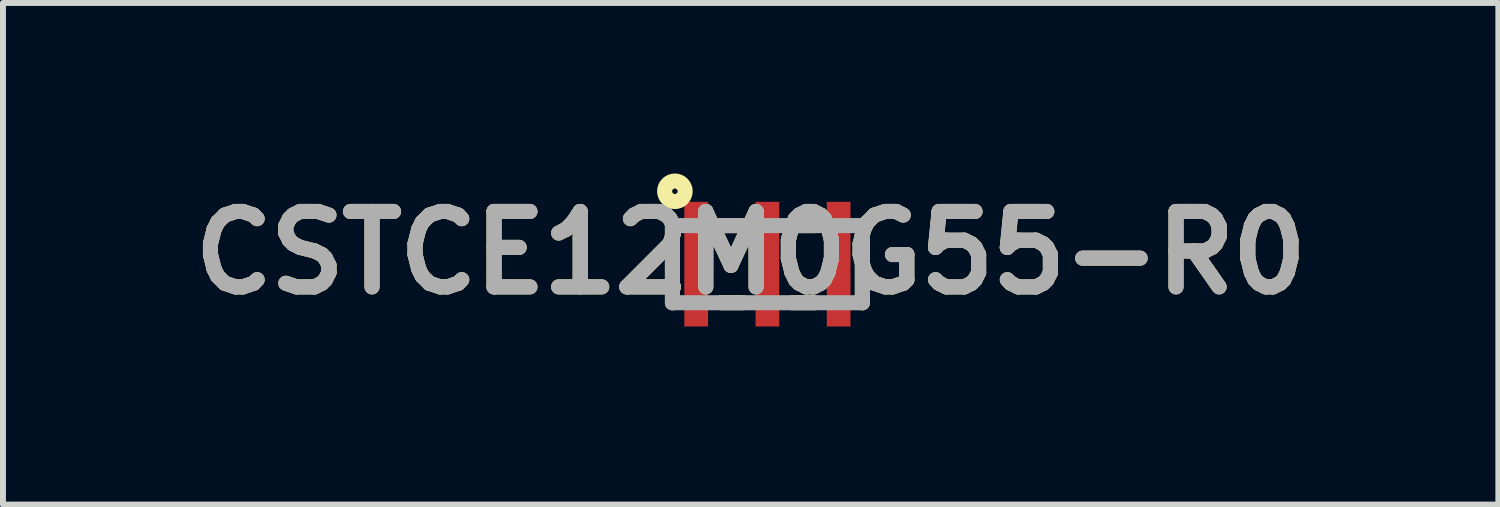
<source format=kicad_pcb>
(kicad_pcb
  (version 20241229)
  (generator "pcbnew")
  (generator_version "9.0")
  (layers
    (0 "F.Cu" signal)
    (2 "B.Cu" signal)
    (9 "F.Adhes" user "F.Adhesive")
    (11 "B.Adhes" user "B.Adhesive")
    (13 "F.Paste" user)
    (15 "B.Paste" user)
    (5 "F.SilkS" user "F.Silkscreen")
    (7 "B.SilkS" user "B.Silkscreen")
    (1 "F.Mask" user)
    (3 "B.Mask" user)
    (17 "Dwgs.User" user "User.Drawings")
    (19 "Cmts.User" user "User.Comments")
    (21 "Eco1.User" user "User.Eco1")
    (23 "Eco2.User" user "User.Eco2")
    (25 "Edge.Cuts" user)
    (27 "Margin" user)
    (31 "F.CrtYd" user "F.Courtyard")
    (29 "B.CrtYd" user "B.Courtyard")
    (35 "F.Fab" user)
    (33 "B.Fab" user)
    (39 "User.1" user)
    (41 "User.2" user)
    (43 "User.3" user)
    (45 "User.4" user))
  (footprint "CSTCE12M0G55-R0"
    (layer "F.Cu")
    (at 9.88 1.401)
    (property "Reference" "CSTCE12M0G55-R0" (at -0.282 -0.192 0) (layer "F.SilkS") (effects (font (size 1.27 1.27) (thickness 0.254))))
    (attr smd)
    (fp_line (start -1.6 0.65) (end -1.6 -0.65) (stroke (width 0.254) (type solid)) (layer "F.SilkS"))
    (fp_line (start -0.807 -0.65) (end -0.428 -0.65) (stroke (width 0.254) (type solid)) (layer "F.SilkS"))
    (fp_line (start -0.783 0.65) (end -0.404 0.65) (stroke (width 0.254) (type solid)) (layer "F.SilkS"))
    (fp_line (start 0.417 -0.65) (end 0.796 -0.65) (stroke (width 0.254) (type solid)) (layer "F.SilkS"))
    (fp_line (start 0.417 0.65) (end 0.796 0.65) (stroke (width 0.254) (type solid)) (layer "F.SilkS"))
    (fp_line (start 1.6 -0.65) (end 1.6 0.65) (stroke (width 0.254) (type solid)) (layer "F.SilkS"))
    (fp_circle (center -1.559 -1.228) (end -1.559 -1.182) (stroke (width 0.254) (type solid)) (fill no) (layer "F.SilkS"))
    (fp_line (start -1.6 -0.65) (end 1.6 -0.65) (stroke (width 0.254) (type solid)) (layer "F.Fab"))
    (fp_line (start -1.6 0.65) (end -1.6 -0.65) (stroke (width 0.254) (type solid)) (layer "F.Fab"))
    (fp_line (start 1.6 -0.65) (end 1.6 0.65) (stroke (width 0.254) (type solid)) (layer "F.Fab"))
    (fp_line (start 1.6 0.65) (end -1.6 0.65) (stroke (width 0.254) (type solid)) (layer "F.Fab"))
    (fp_text user "${REFERENCE}" (at -0.282 -0.192 0) (layer "F.Fab") (effects (font (size 1.27 1.27) (thickness 0.254))))
    (pad "1" smd rect (at -1.2 0) (size 0.4 2.1) (layers "F.Cu" "F.Mask" "F.Paste"))
    (pad "2" smd rect (at 0 0) (size 0.4 2.1) (layers "F.Cu" "F.Mask" "F.Paste"))
    (pad "3" smd rect (at 1.2 0) (size 0.4 2.1) (layers "F.Cu" "F.Mask" "F.Paste")))
  (gr_rect
    (start -3 -3)
    (end 22.195 5.451)
    (stroke (width 0.1) (type default))
    (fill no)
    (layer "Edge.Cuts")))
</source>
